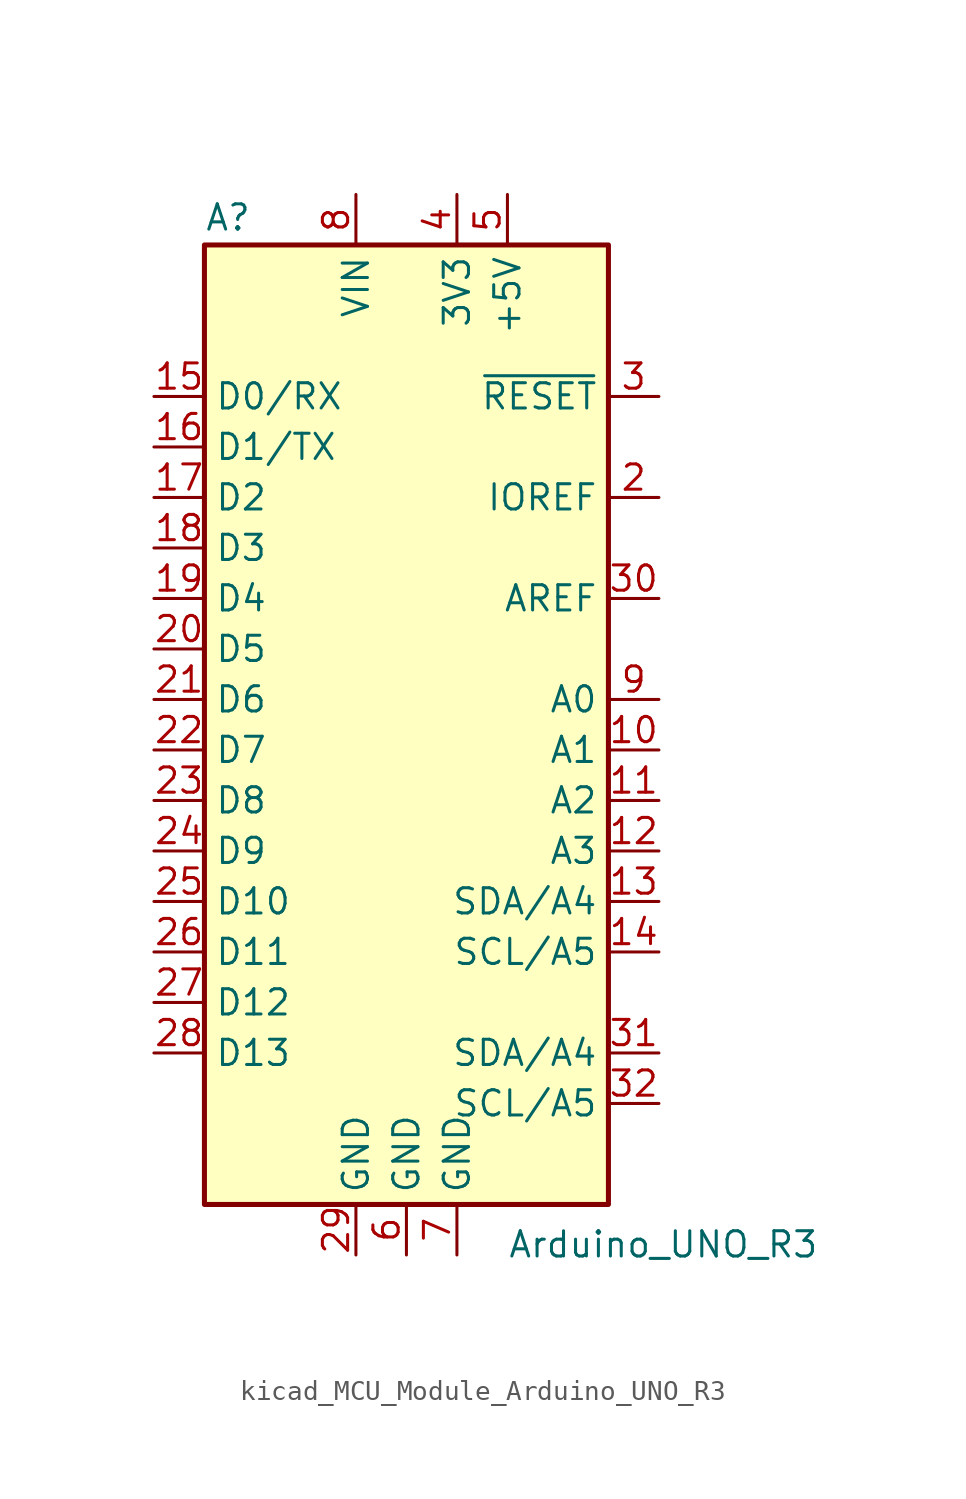
<source format=kicad_sym>
(kicad_symbol_lib
  (version 20220914)
  (generator kicad_symbol_editor)
  (symbol "kicad_MCU_Module_Arduino_UNO_R3"
    (property "Reference" "A"
      (at -10.16 23.495 0)
      (effects (font (size 1.27 1.27)) (justify left bottom)))
    (property "Value" "Arduino_UNO_R3"
      (at 5.08 -26.67 0)
      (effects (font (size 1.27 1.27)) (justify left top)))
    (symbol "kicad_MCU_Module_Arduino_UNO_R3_0_1"
      (rectangle (start -10.16 22.86) (end 10.16 -25.4) (stroke (width 0.254) (type default)) (fill (type background))))
    (symbol "kicad_MCU_Module_Arduino_UNO_R3_1_1"
      (pin no_connect line (at -10.16 -20.32 0) (length 2.54) hide (name "NC" (effects (font (size 1.27 1.27)))) (number "1" (effects (font (size 1.27 1.27)))))
      (pin bidirectional line (at 12.7 -2.54 180) (length 2.54) (name "A1" (effects (font (size 1.27 1.27)))) (number "10" (effects (font (size 1.27 1.27)))))
      (pin bidirectional line (at 12.7 -5.08 180) (length 2.54) (name "A2" (effects (font (size 1.27 1.27)))) (number "11" (effects (font (size 1.27 1.27)))))
      (pin bidirectional line (at 12.7 -7.62 180) (length 2.54) (name "A3" (effects (font (size 1.27 1.27)))) (number "12" (effects (font (size 1.27 1.27)))))
      (pin bidirectional line (at 12.7 -10.16 180) (length 2.54) (name "SDA/A4" (effects (font (size 1.27 1.27)))) (number "13" (effects (font (size 1.27 1.27)))))
      (pin bidirectional line (at 12.7 -12.7 180) (length 2.54) (name "SCL/A5" (effects (font (size 1.27 1.27)))) (number "14" (effects (font (size 1.27 1.27)))))
      (pin bidirectional line (at -12.7 15.24 0) (length 2.54) (name "D0/RX" (effects (font (size 1.27 1.27)))) (number "15" (effects (font (size 1.27 1.27)))))
      (pin bidirectional line (at -12.7 12.7 0) (length 2.54) (name "D1/TX" (effects (font (size 1.27 1.27)))) (number "16" (effects (font (size 1.27 1.27)))))
      (pin bidirectional line (at -12.7 10.16 0) (length 2.54) (name "D2" (effects (font (size 1.27 1.27)))) (number "17" (effects (font (size 1.27 1.27)))))
      (pin bidirectional line (at -12.7 7.62 0) (length 2.54) (name "D3" (effects (font (size 1.27 1.27)))) (number "18" (effects (font (size 1.27 1.27)))))
      (pin bidirectional line (at -12.7 5.08 0) (length 2.54) (name "D4" (effects (font (size 1.27 1.27)))) (number "19" (effects (font (size 1.27 1.27)))))
      (pin output line (at 12.7 10.16 180) (length 2.54) (name "IOREF" (effects (font (size 1.27 1.27)))) (number "2" (effects (font (size 1.27 1.27)))))
      (pin bidirectional line (at -12.7 2.54 0) (length 2.54) (name "D5" (effects (font (size 1.27 1.27)))) (number "20" (effects (font (size 1.27 1.27)))))
      (pin bidirectional line (at -12.7 0 0) (length 2.54) (name "D6" (effects (font (size 1.27 1.27)))) (number "21" (effects (font (size 1.27 1.27)))))
      (pin bidirectional line (at -12.7 -2.54 0) (length 2.54) (name "D7" (effects (font (size 1.27 1.27)))) (number "22" (effects (font (size 1.27 1.27)))))
      (pin bidirectional line (at -12.7 -5.08 0) (length 2.54) (name "D8" (effects (font (size 1.27 1.27)))) (number "23" (effects (font (size 1.27 1.27)))))
      (pin bidirectional line (at -12.7 -7.62 0) (length 2.54) (name "D9" (effects (font (size 1.27 1.27)))) (number "24" (effects (font (size 1.27 1.27)))))
      (pin bidirectional line (at -12.7 -10.16 0) (length 2.54) (name "D10" (effects (font (size 1.27 1.27)))) (number "25" (effects (font (size 1.27 1.27)))))
      (pin bidirectional line (at -12.7 -12.7 0) (length 2.54) (name "D11" (effects (font (size 1.27 1.27)))) (number "26" (effects (font (size 1.27 1.27)))))
      (pin bidirectional line (at -12.7 -15.24 0) (length 2.54) (name "D12" (effects (font (size 1.27 1.27)))) (number "27" (effects (font (size 1.27 1.27)))))
      (pin bidirectional line (at -12.7 -17.78 0) (length 2.54) (name "D13" (effects (font (size 1.27 1.27)))) (number "28" (effects (font (size 1.27 1.27)))))
      (pin power_in line (at -2.54 -27.94 90) (length 2.54) (name "GND" (effects (font (size 1.27 1.27)))) (number "29" (effects (font (size 1.27 1.27)))))
      (pin input line (at 12.7 15.24 180) (length 2.54) (name "~{RESET}" (effects (font (size 1.27 1.27)))) (number "3" (effects (font (size 1.27 1.27)))))
      (pin input line (at 12.7 5.08 180) (length 2.54) (name "AREF" (effects (font (size 1.27 1.27)))) (number "30" (effects (font (size 1.27 1.27)))))
      (pin bidirectional line (at 12.7 -17.78 180) (length 2.54) (name "SDA/A4" (effects (font (size 1.27 1.27)))) (number "31" (effects (font (size 1.27 1.27)))))
      (pin bidirectional line (at 12.7 -20.32 180) (length 2.54) (name "SCL/A5" (effects (font (size 1.27 1.27)))) (number "32" (effects (font (size 1.27 1.27)))))
      (pin power_out line (at 2.54 25.4 270) (length 2.54) (name "3V3" (effects (font (size 1.27 1.27)))) (number "4" (effects (font (size 1.27 1.27)))))
      (pin power_out line (at 5.08 25.4 270) (length 2.54) (name "+5V" (effects (font (size 1.27 1.27)))) (number "5" (effects (font (size 1.27 1.27)))))
      (pin power_in line (at 0 -27.94 90) (length 2.54) (name "GND" (effects (font (size 1.27 1.27)))) (number "6" (effects (font (size 1.27 1.27)))))
      (pin power_in line (at 2.54 -27.94 90) (length 2.54) (name "GND" (effects (font (size 1.27 1.27)))) (number "7" (effects (font (size 1.27 1.27)))))
      (pin power_in line (at -2.54 25.4 270) (length 2.54) (name "VIN" (effects (font (size 1.27 1.27)))) (number "8" (effects (font (size 1.27 1.27)))))
      (pin bidirectional line (at 12.7 0 180) (length 2.54) (name "A0" (effects (font (size 1.27 1.27)))) (number "9" (effects (font (size 1.27 1.27))))))))
</source>
